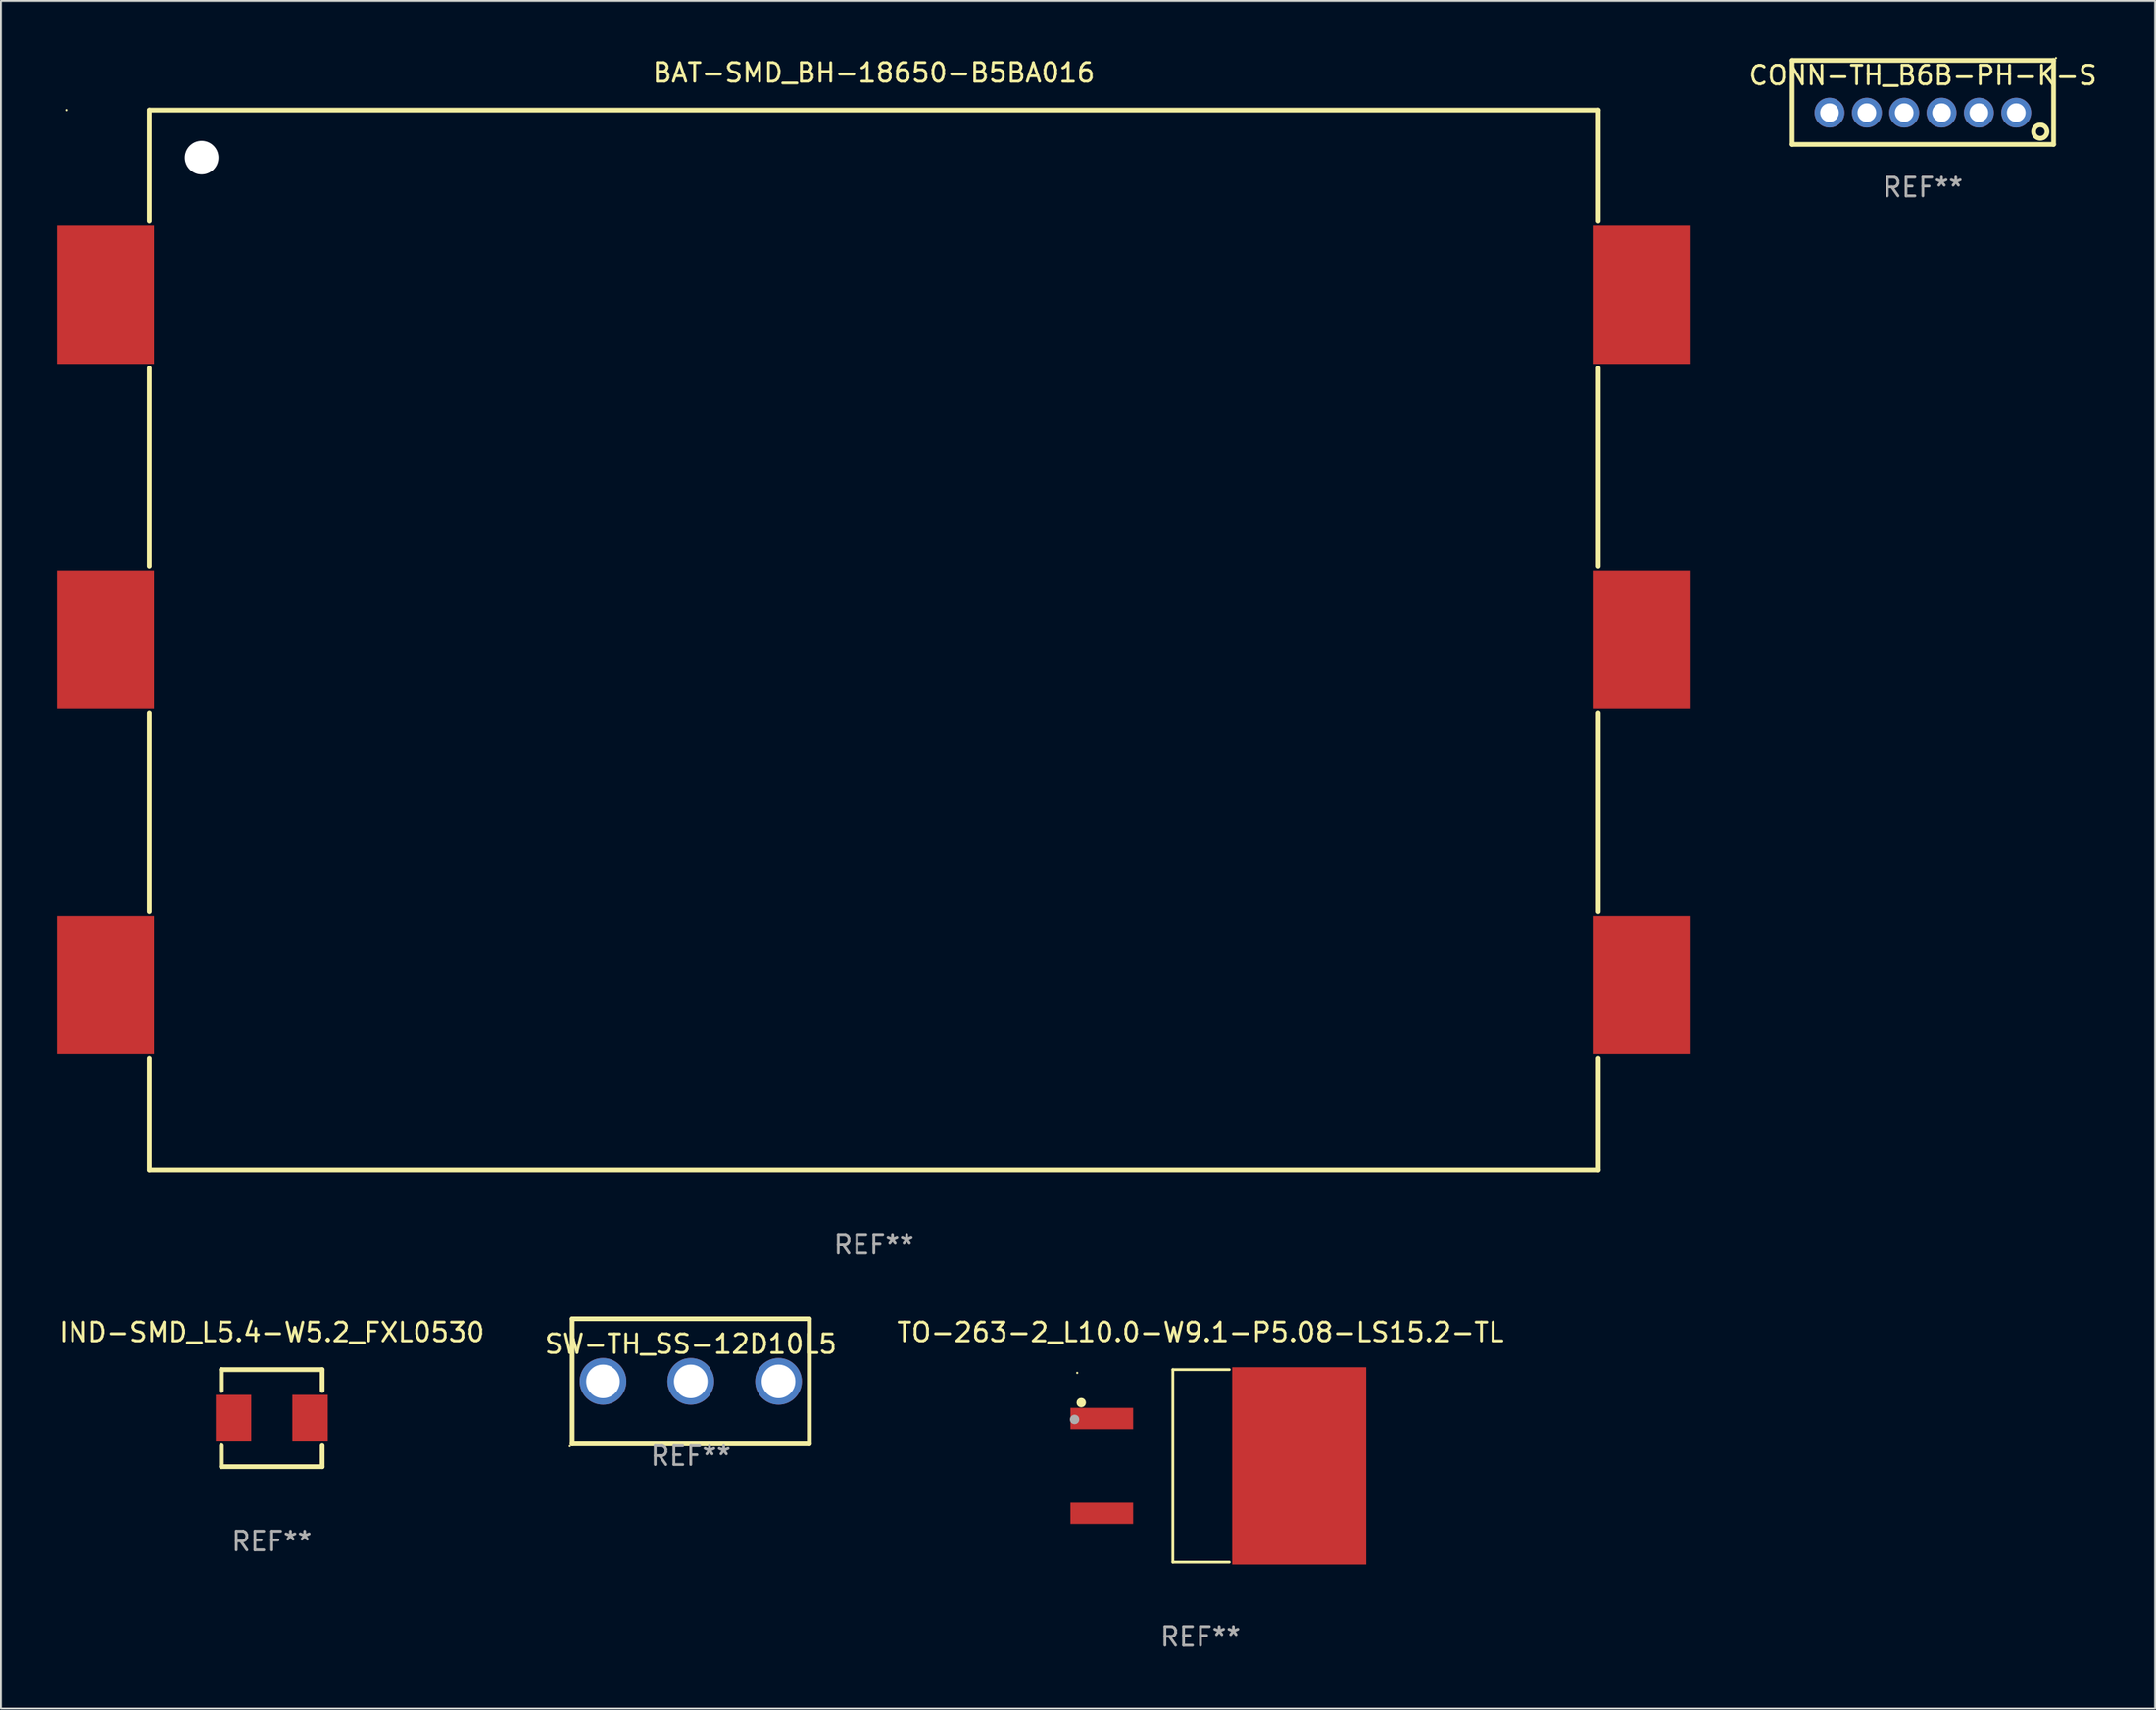
<source format=kicad_pcb>
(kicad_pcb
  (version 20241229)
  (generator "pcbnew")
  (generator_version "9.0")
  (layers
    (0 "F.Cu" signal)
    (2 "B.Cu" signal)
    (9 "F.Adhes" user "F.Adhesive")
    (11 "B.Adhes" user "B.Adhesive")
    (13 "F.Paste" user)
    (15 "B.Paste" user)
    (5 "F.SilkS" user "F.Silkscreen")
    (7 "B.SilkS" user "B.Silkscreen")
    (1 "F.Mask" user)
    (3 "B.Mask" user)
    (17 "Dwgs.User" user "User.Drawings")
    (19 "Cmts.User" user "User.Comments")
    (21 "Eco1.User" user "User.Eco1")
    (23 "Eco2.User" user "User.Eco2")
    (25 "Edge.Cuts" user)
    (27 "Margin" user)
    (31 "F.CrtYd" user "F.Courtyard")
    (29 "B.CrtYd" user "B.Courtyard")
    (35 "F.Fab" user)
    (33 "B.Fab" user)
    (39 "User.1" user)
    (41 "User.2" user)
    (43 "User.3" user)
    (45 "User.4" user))
  (footprint "TO-263-2_L10.0-W9.1-P5.08-LS15.2-TL"
    (layer "F.Cu")
    (at 61.244 75.501)
    (property "Reference" "TO-263-2_L10.0-W9.1-P5.08-LS15.2-TL" (at 0 -7.156 0) (layer "F.SilkS") (effects (font (size 1 1) (thickness 0.15))))
    (attr smd)
    (fp_line (start -1.481 -5.156) (end -1.481 5.156) (stroke (width 0.152) (type solid)) (layer "F.SilkS"))
    (fp_line (start 1.543 -5.156) (end -1.481 -5.156) (stroke (width 0.152) (type solid)) (layer "F.SilkS"))
    (fp_line (start 1.543 5.156) (end -1.481 5.156) (stroke (width 0.152) (type solid)) (layer "F.SilkS"))
    (fp_circle (center -6.602 -4.983) (end -6.572 -4.983) (stroke (width 0.06) (type solid)) (fill no) (layer "F.SilkS"))
    (fp_circle (center -6.385 -3.388) (end -6.258 -3.388) (stroke (width 0.254) (type solid)) (fill no) (layer "F.SilkS"))
    (fp_circle (center -6.742 -2.491) (end -6.615 -2.491) (stroke (width 0.254) (type solid)) (fill no) (layer "F.Fab"))
    (fp_text user "REF**" (at 0 9.156 0) (layer "F.Fab") (effects (font (size 1 1) (thickness 0.15))))
    (pad "1" smd rect (at -5.286 -2.54) (size 3.359 1.134) (layers "F.Cu" "F.Mask" "F.Paste"))
    (pad "3" smd rect (at -5.286 2.54) (size 3.359 1.134) (layers "F.Cu" "F.Mask" "F.Paste"))
    (pad "4" smd rect (at 5.286 0) (size 7.181 10.566) (layers "F.Cu" "F.Mask" "F.Paste")))
  (footprint "CONN-TH_B6B-PH-K-S"
    (layer "F.Cu")
    (at 99.934 2.987)
    (property "Reference" "CONN-TH_B6B-PH-K-S" (at 0 -2 0) (layer "F.SilkS") (effects (font (size 1 1) (thickness 0.15))))
    (attr through_hole)
    (fp_line (start -7 -2.8) (end -7 1.7) (stroke (width 0.254) (type solid)) (layer "F.SilkS"))
    (fp_line (start -7 1.7) (end 7 1.7) (stroke (width 0.254) (type solid)) (layer "F.SilkS"))
    (fp_line (start 7 -2.8) (end -7 -2.8) (stroke (width 0.254) (type solid)) (layer "F.SilkS"))
    (fp_line (start 7 1.7) (end 7 -2.8) (stroke (width 0.254) (type solid)) (layer "F.SilkS"))
    (fp_circle (center 6.286 1.016) (end 6.645 1.016) (stroke (width 0.254) (type solid)) (fill no) (layer "F.SilkS"))
    (fp_circle (center 7.127 -2.927) (end 7.157 -2.927) (stroke (width 0.06) (type solid)) (fill no) (layer "F.SilkS"))
    (fp_text user "REF**" (at 0 4 0) (layer "F.Fab") (effects (font (size 1 1) (thickness 0.15))))
    (pad "1" thru_hole circle (at 5 0) (size 1.6 1.6) (drill 1) (layers "*.Cu" "*.Mask"))
    (pad "2" thru_hole circle (at 3 0) (size 1.6 1.6) (drill 1) (layers "*.Cu" "*.Mask"))
    (pad "3" thru_hole circle (at 1 0) (size 1.6 1.6) (drill 1) (layers "*.Cu" "*.Mask"))
    (pad "4" thru_hole circle (at -1 0) (size 1.6 1.6) (drill 1) (layers "*.Cu" "*.Mask"))
    (pad "5" thru_hole circle (at -3 0) (size 1.6 1.6) (drill 1) (layers "*.Cu" "*.Mask"))
    (pad "6" thru_hole circle (at -5 0) (size 1.6 1.6) (drill 1) (layers "*.Cu" "*.Mask")))
  (footprint "IND-SMD_L5.4-W5.2_FXL0530"
    (layer "F.Cu")
    (at 11.506 72.945)
    (property "Reference" "IND-SMD_L5.4-W5.2_FXL0530" (at 0 -4.6 0) (layer "F.SilkS") (effects (font (size 1 1) (thickness 0.15))))
    (attr smd)
    (fp_line (start -2.7 -2.6) (end -2.7 -1.481) (stroke (width 0.254) (type solid)) (layer "F.SilkS"))
    (fp_line (start -2.7 -2.6) (end 2.7 -2.6) (stroke (width 0.254) (type solid)) (layer "F.SilkS"))
    (fp_line (start -2.7 1.481) (end -2.7 2.6) (stroke (width 0.254) (type solid)) (layer "F.SilkS"))
    (fp_line (start 2.7 -1.481) (end 2.7 -2.6) (stroke (width 0.254) (type solid)) (layer "F.SilkS"))
    (fp_line (start 2.7 2.6) (end -2.7 2.6) (stroke (width 0.254) (type solid)) (layer "F.SilkS"))
    (fp_line (start 2.7 2.6) (end 2.7 1.481) (stroke (width 0.254) (type solid)) (layer "F.SilkS"))
    (fp_circle (center -2.7 2.6) (end -2.67 2.6) (stroke (width 0.06) (type solid)) (fill no) (layer "F.SilkS"))
    (fp_text user "REF**" (at 0 6.6 0) (layer "F.Fab") (effects (font (size 1 1) (thickness 0.15))))
    (pad "1" smd rect (at -2.05 0) (size 1.9 2.5) (layers "F.Cu" "F.Mask" "F.Paste"))
    (pad "2" smd rect (at 2.05 0) (size 1.9 2.5) (layers "F.Cu" "F.Mask" "F.Paste")))
  (footprint "SW-TH_SS-12D10L5"
    (layer "F.Cu")
    (at 33.946 70.974)
    (property "Reference" "SW-TH_SS-12D10L5" (at 0 -2 0) (layer "F.SilkS") (effects (font (size 1 1) (thickness 0.15))))
    (attr through_hole)
    (fp_line (start -6.35 -3.35) (end -6.35 3.35) (stroke (width 0.254) (type solid)) (layer "F.SilkS"))
    (fp_line (start -6.35 3.35) (end 6.35 3.35) (stroke (width 0.254) (type solid)) (layer "F.SilkS"))
    (fp_line (start 6.35 -3.35) (end -6.35 -3.35) (stroke (width 0.254) (type solid)) (layer "F.SilkS"))
    (fp_line (start 6.35 3.35) (end 6.35 -3.35) (stroke (width 0.254) (type solid)) (layer "F.SilkS"))
    (fp_circle (center -6.477 3.477) (end -6.447 3.477) (stroke (width 0.06) (type solid)) (fill no) (layer "F.SilkS"))
    (fp_text user "REF**" (at 0 4 0) (layer "F.Fab") (effects (font (size 1 1) (thickness 0.15))))
    (pad "1" thru_hole circle (at -4.7 0) (size 2.5 2.5) (drill 1.8) (layers "*.Cu" "*.Mask"))
    (pad "2" thru_hole circle (at 0 0) (size 2.5 2.5) (drill 1.8) (layers "*.Cu" "*.Mask"))
    (pad "3" thru_hole circle (at 4.7 0) (size 2.5 2.5) (drill 1.8) (layers "*.Cu" "*.Mask")))
  (footprint "BAT-SMD_BH-18650-B5BA016"
    (layer "F.Cu")
    (at 43.75 31.248)
    (property "Reference" "BAT-SMD_BH-18650-B5BA016" (at 0 -30.4 0) (layer "F.SilkS") (effects (font (size 1 1) (thickness 0.15))))
    (attr smd)
    (fp_line (start -38.8 -28.4) (end 38.8 -28.4) (stroke (width 0.254) (type solid)) (layer "F.SilkS"))
    (fp_line (start -38.8 -22.431) (end -38.8 -28.4) (stroke (width 0.254) (type solid)) (layer "F.SilkS"))
    (fp_line (start -38.8 -3.931) (end -38.8 -14.569) (stroke (width 0.254) (type solid)) (layer "F.SilkS"))
    (fp_line (start -38.8 14.569) (end -38.8 3.931) (stroke (width 0.254) (type solid)) (layer "F.SilkS"))
    (fp_line (start -38.8 28.4) (end -38.8 22.431) (stroke (width 0.254) (type solid)) (layer "F.SilkS"))
    (fp_line (start 38.8 -28.4) (end 38.8 -22.431) (stroke (width 0.254) (type solid)) (layer "F.SilkS"))
    (fp_line (start 38.8 -14.569) (end 38.8 -3.931) (stroke (width 0.254) (type solid)) (layer "F.SilkS"))
    (fp_line (start 38.8 3.931) (end 38.8 14.569) (stroke (width 0.254) (type solid)) (layer "F.SilkS"))
    (fp_line (start 38.8 22.431) (end 38.8 28.4) (stroke (width 0.254) (type solid)) (layer "F.SilkS"))
    (fp_line (start 38.8 28.4) (end -38.8 28.4) (stroke (width 0.254) (type solid)) (layer "F.SilkS"))
    (fp_circle (center -43.25 -28.4) (end -43.22 -28.4) (stroke (width 0.06) (type solid)) (fill no) (layer "F.SilkS"))
    (fp_circle (center -36 -25.85) (end -35.625 -25.85) (stroke (width 0.75) (type solid)) (fill no) (layer "F.Fab"))
    (fp_text user "REF**" (at 0 32.4 0) (layer "F.Fab") (effects (font (size 1 1) (thickness 0.15))))
    (pad "" np_thru_hole circle (at -36 -25.85) (size 1.8 1.8) (drill 1.8) (layers "*.Cu" "*.Mask"))
    (pad "1" smd rect (at -41.15 -18.5) (size 5.2 7.4) (layers "F.Cu" "F.Mask" "F.Paste"))
    (pad "2" smd rect (at 41.15 -18.5) (size 5.2 7.4) (layers "F.Cu" "F.Mask" "F.Paste"))
    (pad "3" smd rect (at -41.15 0.000127) (size 5.2 7.4) (layers "F.Cu" "F.Mask" "F.Paste"))
    (pad "4" smd rect (at 41.15 0.000127) (size 5.2 7.4) (layers "F.Cu" "F.Mask" "F.Paste"))
    (pad "5" smd rect (at -41.15 18.5) (size 5.2 7.4) (layers "F.Cu" "F.Mask" "F.Paste"))
    (pad "6" smd rect (at 41.15 18.5) (size 5.2 7.4) (layers "F.Cu" "F.Mask" "F.Paste")))
  (gr_rect
    (start -3 -3)
    (end 112.369 88.505)
    (stroke (width 0.1) (type default))
    (fill no)
    (layer "Edge.Cuts")))
</source>
